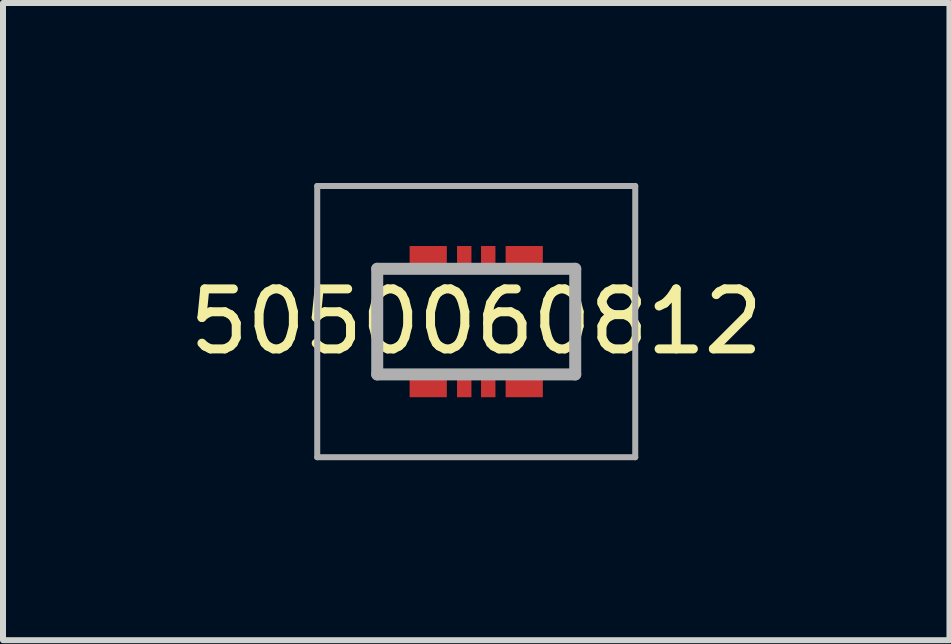
<source format=kicad_pcb>
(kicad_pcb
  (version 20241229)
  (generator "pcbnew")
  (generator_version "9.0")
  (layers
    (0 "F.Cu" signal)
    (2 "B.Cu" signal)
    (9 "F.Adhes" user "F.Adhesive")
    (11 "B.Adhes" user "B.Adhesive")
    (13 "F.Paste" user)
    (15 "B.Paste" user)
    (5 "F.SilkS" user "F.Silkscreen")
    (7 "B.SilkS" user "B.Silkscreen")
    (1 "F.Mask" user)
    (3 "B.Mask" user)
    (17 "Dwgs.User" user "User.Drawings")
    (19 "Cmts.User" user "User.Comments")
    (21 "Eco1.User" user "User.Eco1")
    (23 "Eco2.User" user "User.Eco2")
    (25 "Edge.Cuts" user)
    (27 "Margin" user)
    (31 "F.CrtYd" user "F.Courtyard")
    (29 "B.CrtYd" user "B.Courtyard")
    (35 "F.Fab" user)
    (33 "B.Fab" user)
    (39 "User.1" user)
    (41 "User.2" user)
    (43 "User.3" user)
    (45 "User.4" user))
  (footprint "5050060812"
    (layer "F.Cu")
    (at 4.887 2.31)
    (property "Reference" "5050060812" (at 0 0 0) (layer "F.SilkS") (effects (font (size 1 1) (thickness 0.15))))
    (attr smd)
    (fp_line (start -1.65 0.875) (end -1.65 -0.877) (stroke (width 0.1) (type solid)) (layer "F.SilkS"))
    (fp_line (start 1.65 0.88) (end 1.65 -0.877) (stroke (width 0.1) (type solid)) (layer "F.SilkS"))
    (fp_line (start -2.65 -2.26) (end 2.65 -2.26) (stroke (width 0.1) (type solid)) (layer "F.Fab"))
    (fp_line (start -2.65 2.26) (end -2.65 -2.26) (stroke (width 0.1) (type solid)) (layer "F.Fab"))
    (fp_line (start -1.65 -0.88) (end 1.65 -0.88) (stroke (width 0.2) (type solid)) (layer "F.Fab"))
    (fp_line (start -1.65 0.88) (end -1.65 -0.88) (stroke (width 0.2) (type solid)) (layer "F.Fab"))
    (fp_line (start 1.65 -0.88) (end 1.65 0.88) (stroke (width 0.2) (type solid)) (layer "F.Fab"))
    (fp_line (start 1.65 0.88) (end -1.65 0.88) (stroke (width 0.2) (type solid)) (layer "F.Fab"))
    (fp_line (start 2.65 -2.26) (end 2.65 2.26) (stroke (width 0.1) (type solid)) (layer "F.Fab"))
    (fp_line (start 2.65 2.26) (end -2.65 2.26) (stroke (width 0.1) (type solid)) (layer "F.Fab"))
    (pad "P1" smd rect (at -0.8 1.07) (size 0.62 0.38) (layers "F.Cu" "F.Mask" "F.Paste"))
    (pad "P2" smd rect (at -0.8 -1.07) (size 0.62 0.38) (layers "F.Cu" "F.Mask" "F.Paste"))
    (pad "P3" smd rect (at 0.8 1.07) (size 0.62 0.38) (layers "F.Cu" "F.Mask" "F.Paste"))
    (pad "P4" smd rect (at 0.8 -1.07) (size 0.62 0.38) (layers "F.Cu" "F.Mask" "F.Paste"))
    (pad "S1" smd rect (at -0.2 1.07) (size 0.24 0.38) (layers "F.Cu" "F.Mask" "F.Paste"))
    (pad "S2" smd rect (at -0.2 -1.07) (size 0.24 0.38) (layers "F.Cu" "F.Mask" "F.Paste"))
    (pad "S3" smd rect (at 0.2 1.07) (size 0.24 0.38) (layers "F.Cu" "F.Mask" "F.Paste"))
    (pad "S4" smd rect (at 0.2 -1.07) (size 0.24 0.38) (layers "F.Cu" "F.Mask" "F.Paste")))
  (gr_rect
    (start -3 -3)
    (end 12.774 7.62)
    (stroke (width 0.1) (type default))
    (fill no)
    (layer "Edge.Cuts")))
</source>
